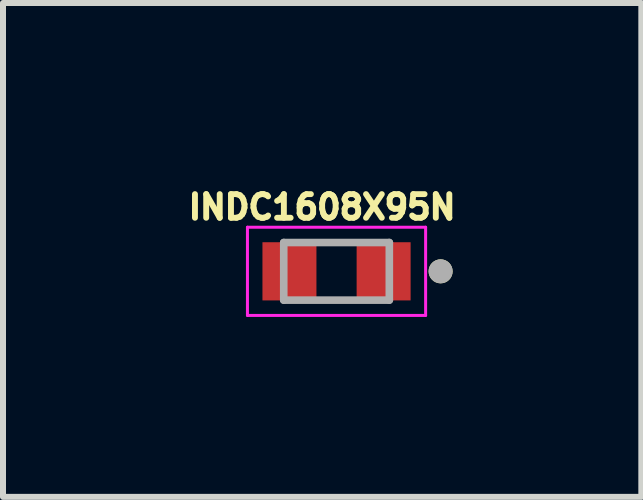
<source format=kicad_pcb>
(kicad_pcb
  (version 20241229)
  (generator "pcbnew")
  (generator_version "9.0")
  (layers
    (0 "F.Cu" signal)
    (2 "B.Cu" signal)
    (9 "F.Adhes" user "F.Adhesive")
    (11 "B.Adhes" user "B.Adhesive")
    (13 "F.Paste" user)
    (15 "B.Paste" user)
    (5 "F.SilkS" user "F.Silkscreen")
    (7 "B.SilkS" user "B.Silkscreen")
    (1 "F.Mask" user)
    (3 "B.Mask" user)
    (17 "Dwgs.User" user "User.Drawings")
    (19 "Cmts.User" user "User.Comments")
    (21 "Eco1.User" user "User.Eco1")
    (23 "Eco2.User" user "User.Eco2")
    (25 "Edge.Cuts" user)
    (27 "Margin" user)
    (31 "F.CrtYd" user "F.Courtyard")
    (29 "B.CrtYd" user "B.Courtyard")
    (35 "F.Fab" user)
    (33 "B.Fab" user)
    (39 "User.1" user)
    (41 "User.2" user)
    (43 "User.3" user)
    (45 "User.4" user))
  (footprint "INDC1608X95N"
    (layer "F.Cu")
    (at 2.56 1.473)
    (property "Reference" "INDC1608X95N" (at -0.24 -1.07 0) (layer "F.SilkS") (effects (font (size 0.394 0.394) (thickness 0.15))))
    (attr smd)
    (fp_circle (center 1.735 0) (end 1.835 0) (stroke (width 0.2) (type solid)) (fill no) (layer "F.SilkS"))
    (fp_line (start -1.485 -0.735) (end 1.485 -0.735) (stroke (width 0.05) (type solid)) (layer "F.CrtYd"))
    (fp_line (start -1.485 0.735) (end -1.485 -0.735) (stroke (width 0.05) (type solid)) (layer "F.CrtYd"))
    (fp_line (start -1.485 0.735) (end 1.485 0.735) (stroke (width 0.05) (type solid)) (layer "F.CrtYd"))
    (fp_line (start 1.485 0.735) (end 1.485 -0.735) (stroke (width 0.05) (type solid)) (layer "F.CrtYd"))
    (fp_line (start -0.88 0.48) (end -0.88 -0.48) (stroke (width 0.127) (type solid)) (layer "F.Fab"))
    (fp_line (start 0.88 -0.48) (end -0.88 -0.48) (stroke (width 0.127) (type solid)) (layer "F.Fab"))
    (fp_line (start 0.88 0.48) (end -0.88 0.48) (stroke (width 0.127) (type solid)) (layer "F.Fab"))
    (fp_line (start 0.88 0.48) (end 0.88 -0.48) (stroke (width 0.127) (type solid)) (layer "F.Fab"))
    (fp_circle (center 1.735 0) (end 1.835 0) (stroke (width 0.2) (type solid)) (fill no) (layer "F.Fab"))
    (pad "1" smd rect (at -0.785 0) (size 0.9 0.97) (layers "F.Cu" "F.Mask" "F.Paste"))
    (pad "2" smd rect (at 0.785 0) (size 0.9 0.97) (layers "F.Cu" "F.Mask" "F.Paste")))
  (gr_rect
    (start -3 -3)
    (end 7.641 5.233)
    (stroke (width 0.1) (type default))
    (fill no)
    (layer "Edge.Cuts")))
</source>
